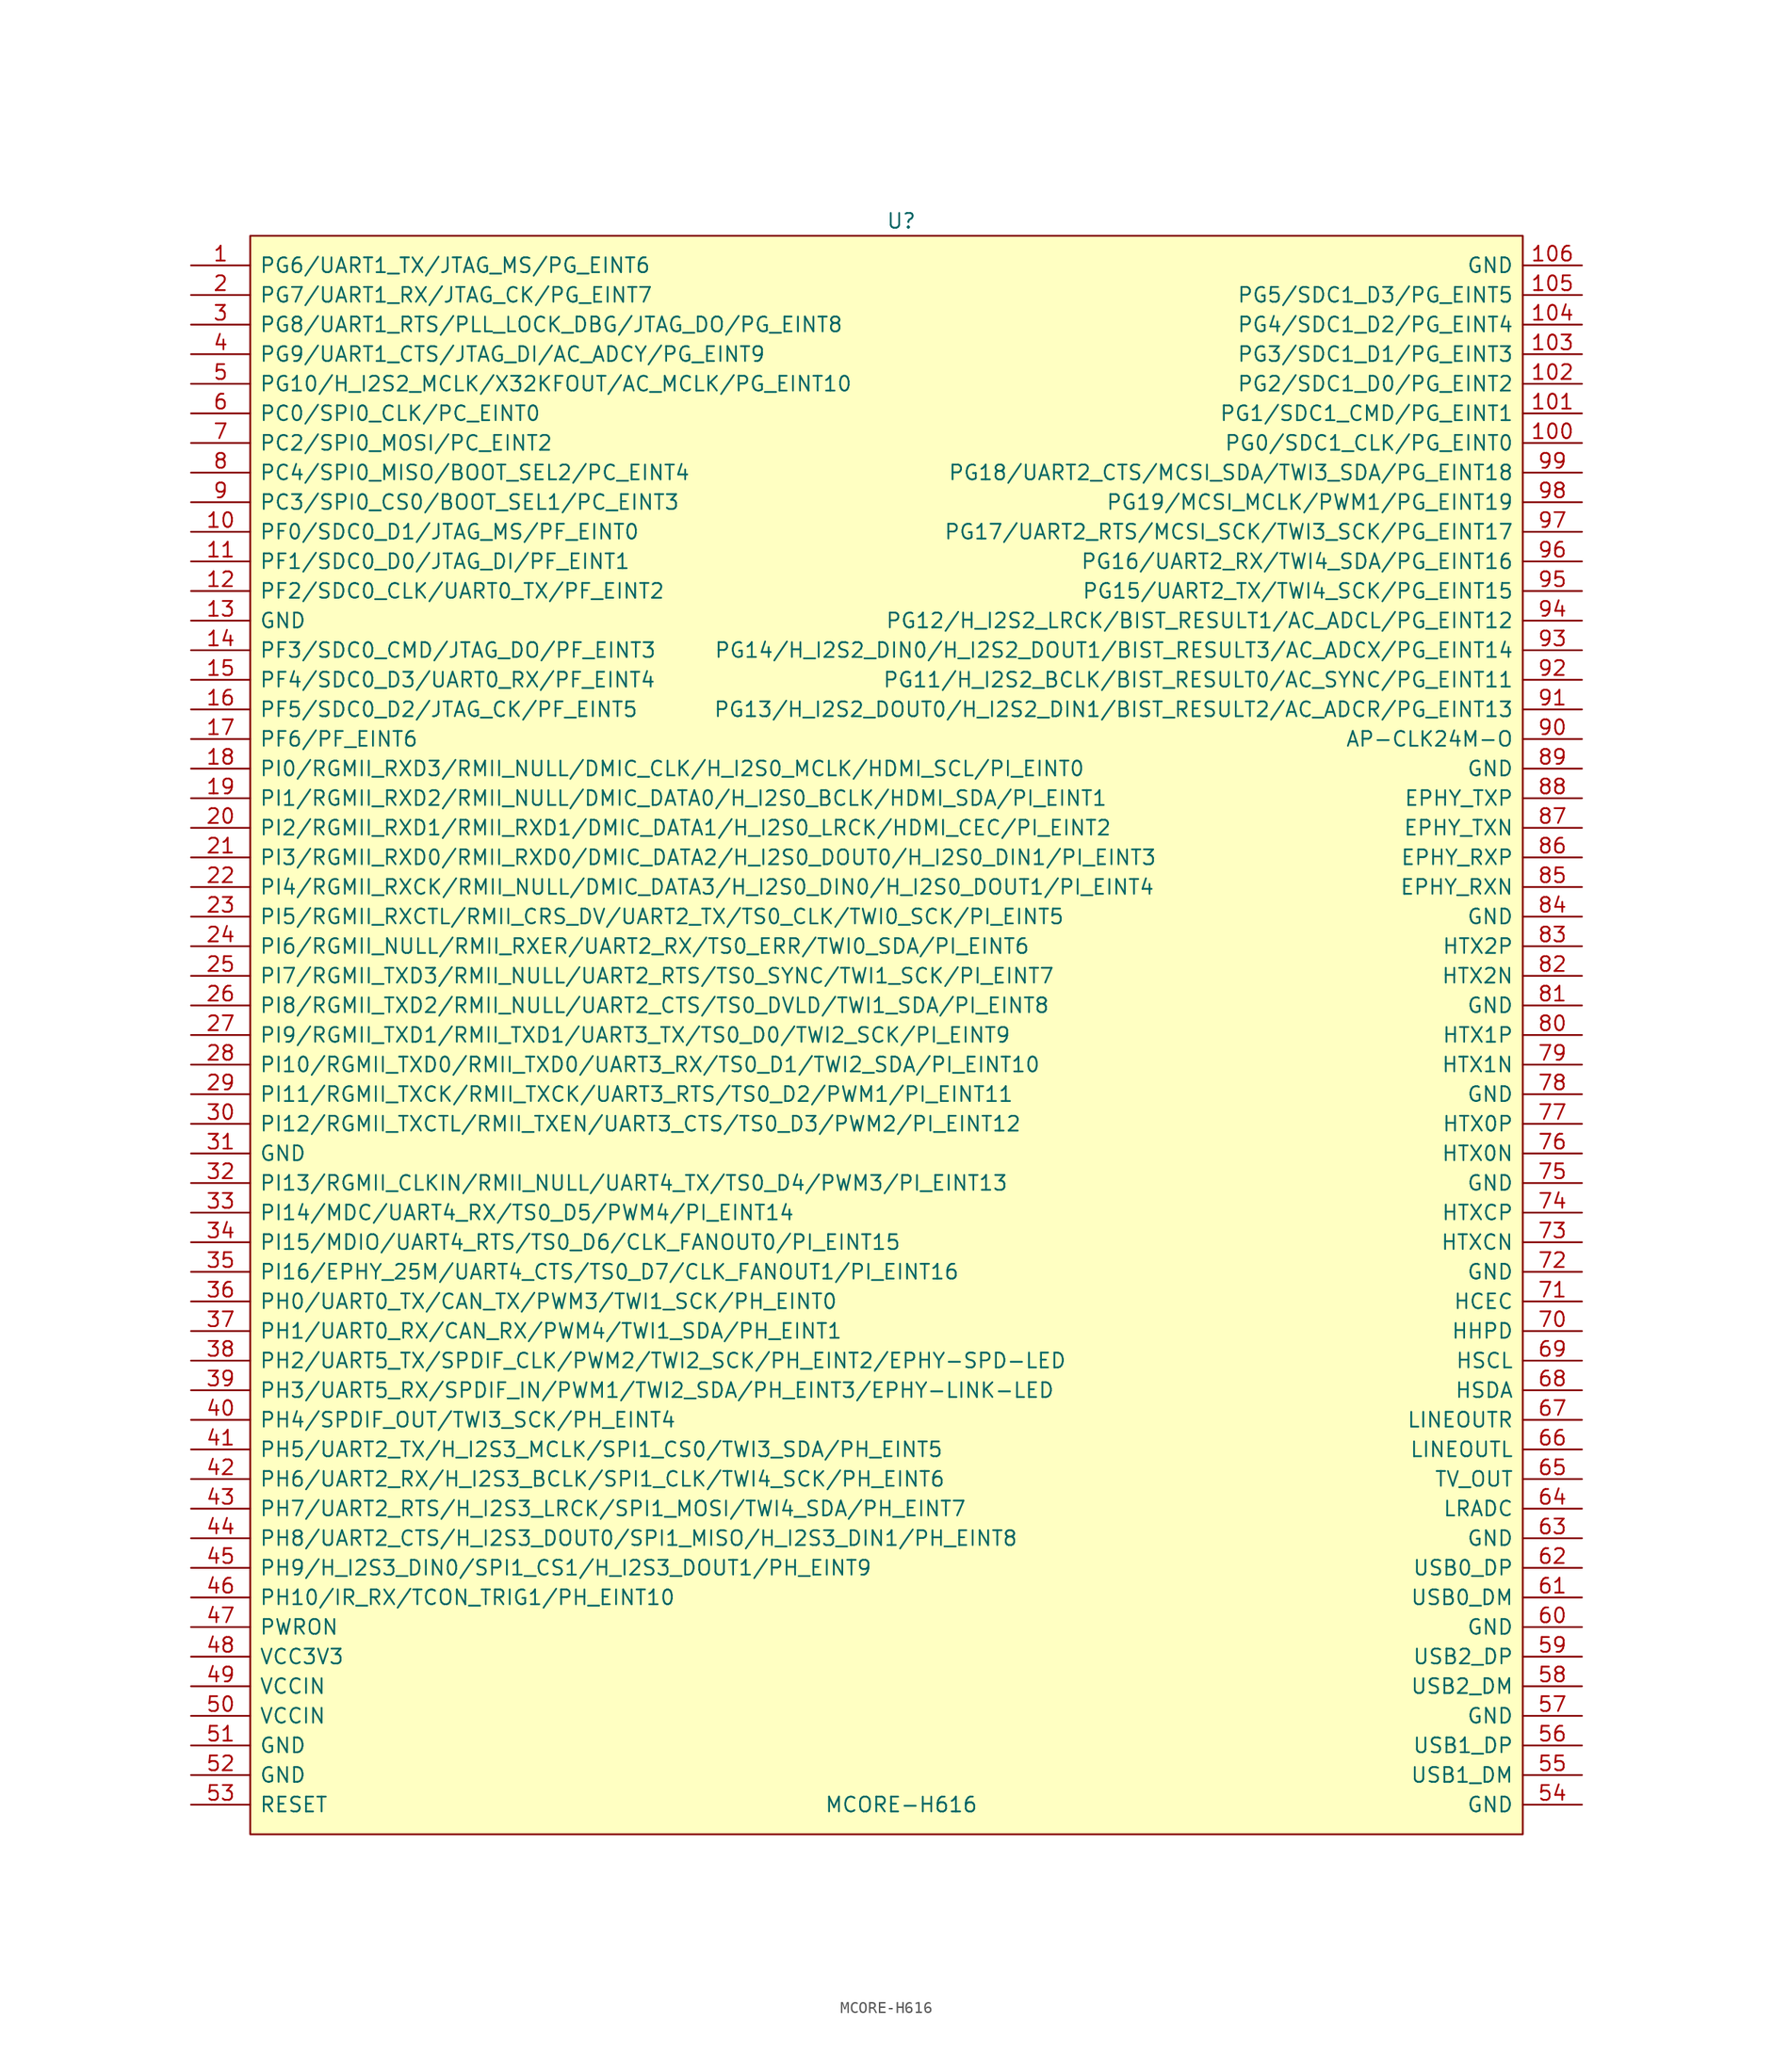
<source format=kicad_sym>
(kicad_symbol_lib
  (version 20220914)
  (generator kicad_symbol_editor)
  (symbol "MCORE-H616"
    (pin_names
      (offset 0.762))
    (property "Reference" "U"
      (at 0 69.85 0)
      (effects (font (size 1.27 1.27))))
    (property "Value" "MCORE-H616"
      (at 0 -66.04 0)
      (effects (font (size 1.27 1.27))))
    (symbol "MCORE-H616_0_0"
      (pin unspecified line (at -60.96 66.04 0) (length 5.08) (name "PG6/UART1_TX/JTAG_MS/PG_EINT6" (effects (font (size 1.27 1.27)))) (number "1" (effects (font (size 1.27 1.27)))))
      (pin unspecified line (at -60.96 43.18 0) (length 5.08) (name "PF0/SDC0_D1/JTAG_MS/PF_EINT0" (effects (font (size 1.27 1.27)))) (number "10" (effects (font (size 1.27 1.27)))))
      (pin unspecified line (at 58.42 50.8 180) (length 5.08) (name "PG0/SDC1_CLK/PG_EINT0" (effects (font (size 1.27 1.27)))) (number "100" (effects (font (size 1.27 1.27)))))
      (pin unspecified line (at 58.42 53.34 180) (length 5.08) (name "PG1/SDC1_CMD/PG_EINT1" (effects (font (size 1.27 1.27)))) (number "101" (effects (font (size 1.27 1.27)))))
      (pin unspecified line (at 58.42 55.88 180) (length 5.08) (name "PG2/SDC1_D0/PG_EINT2" (effects (font (size 1.27 1.27)))) (number "102" (effects (font (size 1.27 1.27)))))
      (pin unspecified line (at 58.42 58.42 180) (length 5.08) (name "PG3/SDC1_D1/PG_EINT3" (effects (font (size 1.27 1.27)))) (number "103" (effects (font (size 1.27 1.27)))))
      (pin unspecified line (at 58.42 60.96 180) (length 5.08) (name "PG4/SDC1_D2/PG_EINT4" (effects (font (size 1.27 1.27)))) (number "104" (effects (font (size 1.27 1.27)))))
      (pin unspecified line (at 58.42 63.5 180) (length 5.08) (name "PG5/SDC1_D3/PG_EINT5" (effects (font (size 1.27 1.27)))) (number "105" (effects (font (size 1.27 1.27)))))
      (pin power_in line (at 58.42 66.04 180) (length 5.08) (name "GND" (effects (font (size 1.27 1.27)))) (number "106" (effects (font (size 1.27 1.27)))))
      (pin unspecified line (at -60.96 40.64 0) (length 5.08) (name "PF1/SDC0_D0/JTAG_DI/PF_EINT1" (effects (font (size 1.27 1.27)))) (number "11" (effects (font (size 1.27 1.27)))))
      (pin unspecified line (at -60.96 38.1 0) (length 5.08) (name "PF2/SDC0_CLK/UART0_TX/PF_EINT2" (effects (font (size 1.27 1.27)))) (number "12" (effects (font (size 1.27 1.27)))))
      (pin power_in line (at -60.96 35.56 0) (length 5.08) (name "GND" (effects (font (size 1.27 1.27)))) (number "13" (effects (font (size 1.27 1.27)))))
      (pin unspecified line (at -60.96 33.02 0) (length 5.08) (name "PF3/SDC0_CMD/JTAG_DO/PF_EINT3" (effects (font (size 1.27 1.27)))) (number "14" (effects (font (size 1.27 1.27)))))
      (pin unspecified line (at -60.96 30.48 0) (length 5.08) (name "PF4/SDC0_D3/UART0_RX/PF_EINT4" (effects (font (size 1.27 1.27)))) (number "15" (effects (font (size 1.27 1.27)))))
      (pin unspecified line (at -60.96 27.94 0) (length 5.08) (name "PF5/SDC0_D2/JTAG_CK/PF_EINT5" (effects (font (size 1.27 1.27)))) (number "16" (effects (font (size 1.27 1.27)))))
      (pin unspecified line (at -60.96 25.4 0) (length 5.08) (name "PF6/PF_EINT6" (effects (font (size 1.27 1.27)))) (number "17" (effects (font (size 1.27 1.27)))))
      (pin unspecified line (at -60.96 22.86 0) (length 5.08) (name "PI0/RGMII_RXD3/RMII_NULL/DMIC_CLK/H_I2S0_MCLK/HDMI_SCL/PI_EINT0" (effects (font (size 1.27 1.27)))) (number "18" (effects (font (size 1.27 1.27)))))
      (pin unspecified line (at -60.96 20.32 0) (length 5.08) (name "PI1/RGMII_RXD2/RMII_NULL/DMIC_DATA0/H_I2S0_BCLK/HDMI_SDA/PI_EINT1" (effects (font (size 1.27 1.27)))) (number "19" (effects (font (size 1.27 1.27)))))
      (pin unspecified line (at -60.96 63.5 0) (length 5.08) (name "PG7/UART1_RX/JTAG_CK/PG_EINT7" (effects (font (size 1.27 1.27)))) (number "2" (effects (font (size 1.27 1.27)))))
      (pin unspecified line (at -60.96 17.78 0) (length 5.08) (name "PI2/RGMII_RXD1/RMII_RXD1/DMIC_DATA1/H_I2S0_LRCK/HDMI_CEC/PI_EINT2" (effects (font (size 1.27 1.27)))) (number "20" (effects (font (size 1.27 1.27)))))
      (pin unspecified line (at -60.96 15.24 0) (length 5.08) (name "PI3/RGMII_RXD0/RMII_RXD0/DMIC_DATA2/H_I2S0_DOUT0/H_I2S0_DIN1/PI_EINT3" (effects (font (size 1.27 1.27)))) (number "21" (effects (font (size 1.27 1.27)))))
      (pin unspecified line (at -60.96 12.7 0) (length 5.08) (name "PI4/RGMII_RXCK/RMII_NULL/DMIC_DATA3/H_I2S0_DIN0/H_I2S0_DOUT1/PI_EINT4" (effects (font (size 1.27 1.27)))) (number "22" (effects (font (size 1.27 1.27)))))
      (pin unspecified line (at -60.96 10.16 0) (length 5.08) (name "PI5/RGMII_RXCTL/RMII_CRS_DV/UART2_TX/TS0_CLK/TWI0_SCK/PI_EINT5" (effects (font (size 1.27 1.27)))) (number "23" (effects (font (size 1.27 1.27)))))
      (pin unspecified line (at -60.96 7.62 0) (length 5.08) (name "PI6/RGMII_NULL/RMII_RXER/UART2_RX/TS0_ERR/TWI0_SDA/PI_EINT6" (effects (font (size 1.27 1.27)))) (number "24" (effects (font (size 1.27 1.27)))))
      (pin unspecified line (at -60.96 5.08 0) (length 5.08) (name "PI7/RGMII_TXD3/RMII_NULL/UART2_RTS/TS0_SYNC/TWI1_SCK/PI_EINT7" (effects (font (size 1.27 1.27)))) (number "25" (effects (font (size 1.27 1.27)))))
      (pin unspecified line (at -60.96 2.54 0) (length 5.08) (name "PI8/RGMII_TXD2/RMII_NULL/UART2_CTS/TS0_DVLD/TWI1_SDA/PI_EINT8" (effects (font (size 1.27 1.27)))) (number "26" (effects (font (size 1.27 1.27)))))
      (pin unspecified line (at -60.96 0 0) (length 5.08) (name "PI9/RGMII_TXD1/RMII_TXD1/UART3_TX/TS0_D0/TWI2_SCK/PI_EINT9" (effects (font (size 1.27 1.27)))) (number "27" (effects (font (size 1.27 1.27)))))
      (pin unspecified line (at -60.96 -2.54 0) (length 5.08) (name "PI10/RGMII_TXD0/RMII_TXD0/UART3_RX/TS0_D1/TWI2_SDA/PI_EINT10" (effects (font (size 1.27 1.27)))) (number "28" (effects (font (size 1.27 1.27)))))
      (pin unspecified line (at -60.96 -5.08 0) (length 5.08) (name "PI11/RGMII_TXCK/RMII_TXCK/UART3_RTS/TS0_D2/PWM1/PI_EINT11" (effects (font (size 1.27 1.27)))) (number "29" (effects (font (size 1.27 1.27)))))
      (pin unspecified line (at -60.96 60.96 0) (length 5.08) (name "PG8/UART1_RTS/PLL_LOCK_DBG/JTAG_DO/PG_EINT8" (effects (font (size 1.27 1.27)))) (number "3" (effects (font (size 1.27 1.27)))))
      (pin unspecified line (at -60.96 -7.62 0) (length 5.08) (name "PI12/RGMII_TXCTL/RMII_TXEN/UART3_CTS/TS0_D3/PWM2/PI_EINT12" (effects (font (size 1.27 1.27)))) (number "30" (effects (font (size 1.27 1.27)))))
      (pin power_in line (at -60.96 -10.16 0) (length 5.08) (name "GND" (effects (font (size 1.27 1.27)))) (number "31" (effects (font (size 1.27 1.27)))))
      (pin unspecified line (at -60.96 -12.7 0) (length 5.08) (name "PI13/RGMII_CLKIN/RMII_NULL/UART4_TX/TS0_D4/PWM3/PI_EINT13" (effects (font (size 1.27 1.27)))) (number "32" (effects (font (size 1.27 1.27)))))
      (pin unspecified line (at -60.96 -15.24 0) (length 5.08) (name "PI14/MDC/UART4_RX/TS0_D5/PWM4/PI_EINT14" (effects (font (size 1.27 1.27)))) (number "33" (effects (font (size 1.27 1.27)))))
      (pin unspecified line (at -60.96 -17.78 0) (length 5.08) (name "PI15/MDIO/UART4_RTS/TS0_D6/CLK_FANOUT0/PI_EINT15" (effects (font (size 1.27 1.27)))) (number "34" (effects (font (size 1.27 1.27)))))
      (pin unspecified line (at -60.96 -20.32 0) (length 5.08) (name "PI16/EPHY_25M/UART4_CTS/TS0_D7/CLK_FANOUT1/PI_EINT16" (effects (font (size 1.27 1.27)))) (number "35" (effects (font (size 1.27 1.27)))))
      (pin unspecified line (at -60.96 -22.86 0) (length 5.08) (name "PH0/UART0_TX/CAN_TX/PWM3/TWI1_SCK/PH_EINT0" (effects (font (size 1.27 1.27)))) (number "36" (effects (font (size 1.27 1.27)))))
      (pin unspecified line (at -60.96 -25.4 0) (length 5.08) (name "PH1/UART0_RX/CAN_RX/PWM4/TWI1_SDA/PH_EINT1" (effects (font (size 1.27 1.27)))) (number "37" (effects (font (size 1.27 1.27)))))
      (pin unspecified line (at -60.96 -27.94 0) (length 5.08) (name "PH2/UART5_TX/SPDIF_CLK/PWM2/TWI2_SCK/PH_EINT2/EPHY-SPD-LED" (effects (font (size 1.27 1.27)))) (number "38" (effects (font (size 1.27 1.27)))))
      (pin unspecified line (at -60.96 -30.48 0) (length 5.08) (name "PH3/UART5_RX/SPDIF_IN/PWM1/TWI2_SDA/PH_EINT3/EPHY-LINK-LED" (effects (font (size 1.27 1.27)))) (number "39" (effects (font (size 1.27 1.27)))))
      (pin unspecified line (at -60.96 58.42 0) (length 5.08) (name "PG9/UART1_CTS/JTAG_DI/AC_ADCY/PG_EINT9" (effects (font (size 1.27 1.27)))) (number "4" (effects (font (size 1.27 1.27)))))
      (pin unspecified line (at -60.96 -33.02 0) (length 5.08) (name "PH4/SPDIF_OUT/TWI3_SCK/PH_EINT4" (effects (font (size 1.27 1.27)))) (number "40" (effects (font (size 1.27 1.27)))))
      (pin unspecified line (at -60.96 -35.56 0) (length 5.08) (name "PH5/UART2_TX/H_I2S3_MCLK/SPI1_CS0/TWI3_SDA/PH_EINT5" (effects (font (size 1.27 1.27)))) (number "41" (effects (font (size 1.27 1.27)))))
      (pin unspecified line (at -60.96 -38.1 0) (length 5.08) (name "PH6/UART2_RX/H_I2S3_BCLK/SPI1_CLK/TWI4_SCK/PH_EINT6" (effects (font (size 1.27 1.27)))) (number "42" (effects (font (size 1.27 1.27)))))
      (pin unspecified line (at -60.96 -40.64 0) (length 5.08) (name "PH7/UART2_RTS/H_I2S3_LRCK/SPI1_MOSI/TWI4_SDA/PH_EINT7" (effects (font (size 1.27 1.27)))) (number "43" (effects (font (size 1.27 1.27)))))
      (pin unspecified line (at -60.96 -43.18 0) (length 5.08) (name "PH8/UART2_CTS/H_I2S3_DOUT0/SPI1_MISO/H_I2S3_DIN1/PH_EINT8" (effects (font (size 1.27 1.27)))) (number "44" (effects (font (size 1.27 1.27)))))
      (pin unspecified line (at -60.96 -45.72 0) (length 5.08) (name "PH9/H_I2S3_DIN0/SPI1_CS1/H_I2S3_DOUT1/PH_EINT9" (effects (font (size 1.27 1.27)))) (number "45" (effects (font (size 1.27 1.27)))))
      (pin unspecified line (at -60.96 -48.26 0) (length 5.08) (name "PH10/IR_RX/TCON_TRIG1/PH_EINT10" (effects (font (size 1.27 1.27)))) (number "46" (effects (font (size 1.27 1.27)))))
      (pin unspecified line (at -60.96 -50.8 0) (length 5.08) (name "PWRON" (effects (font (size 1.27 1.27)))) (number "47" (effects (font (size 1.27 1.27)))))
      (pin power_in line (at -60.96 -55.88 0) (length 5.08) (name "VCCIN" (effects (font (size 1.27 1.27)))) (number "49" (effects (font (size 1.27 1.27)))))
      (pin unspecified line (at -60.96 55.88 0) (length 5.08) (name "PG10/H_I2S2_MCLK/X32KFOUT/AC_MCLK/PG_EINT10" (effects (font (size 1.27 1.27)))) (number "5" (effects (font (size 1.27 1.27)))))
      (pin power_in line (at -60.96 -58.42 0) (length 5.08) (name "VCCIN" (effects (font (size 1.27 1.27)))) (number "50" (effects (font (size 1.27 1.27)))))
      (pin power_in line (at -60.96 -60.96 0) (length 5.08) (name "GND" (effects (font (size 1.27 1.27)))) (number "51" (effects (font (size 1.27 1.27)))))
      (pin power_in line (at -60.96 -63.5 0) (length 5.08) (name "GND" (effects (font (size 1.27 1.27)))) (number "52" (effects (font (size 1.27 1.27)))))
      (pin unspecified line (at -60.96 -66.04 0) (length 5.08) (name "RESET" (effects (font (size 1.27 1.27)))) (number "53" (effects (font (size 1.27 1.27)))))
      (pin power_in line (at 58.42 -66.04 180) (length 5.08) (name "GND" (effects (font (size 1.27 1.27)))) (number "54" (effects (font (size 1.27 1.27)))))
      (pin unspecified line (at 58.42 -63.5 180) (length 5.08) (name "USB1_DM" (effects (font (size 1.27 1.27)))) (number "55" (effects (font (size 1.27 1.27)))))
      (pin unspecified line (at 58.42 -60.96 180) (length 5.08) (name "USB1_DP" (effects (font (size 1.27 1.27)))) (number "56" (effects (font (size 1.27 1.27)))))
      (pin power_in line (at 58.42 -58.42 180) (length 5.08) (name "GND" (effects (font (size 1.27 1.27)))) (number "57" (effects (font (size 1.27 1.27)))))
      (pin unspecified line (at 58.42 -55.88 180) (length 5.08) (name "USB2_DM" (effects (font (size 1.27 1.27)))) (number "58" (effects (font (size 1.27 1.27)))))
      (pin unspecified line (at 58.42 -53.34 180) (length 5.08) (name "USB2_DP" (effects (font (size 1.27 1.27)))) (number "59" (effects (font (size 1.27 1.27)))))
      (pin unspecified line (at -60.96 53.34 0) (length 5.08) (name "PC0/SPI0_CLK/PC_EINT0" (effects (font (size 1.27 1.27)))) (number "6" (effects (font (size 1.27 1.27)))))
      (pin power_in line (at 58.42 -50.8 180) (length 5.08) (name "GND" (effects (font (size 1.27 1.27)))) (number "60" (effects (font (size 1.27 1.27)))))
      (pin unspecified line (at 58.42 -48.26 180) (length 5.08) (name "USB0_DM" (effects (font (size 1.27 1.27)))) (number "61" (effects (font (size 1.27 1.27)))))
      (pin unspecified line (at 58.42 -45.72 180) (length 5.08) (name "USB0_DP" (effects (font (size 1.27 1.27)))) (number "62" (effects (font (size 1.27 1.27)))))
      (pin power_in line (at 58.42 -43.18 180) (length 5.08) (name "GND" (effects (font (size 1.27 1.27)))) (number "63" (effects (font (size 1.27 1.27)))))
      (pin unspecified line (at 58.42 -40.64 180) (length 5.08) (name "LRADC" (effects (font (size 1.27 1.27)))) (number "64" (effects (font (size 1.27 1.27)))))
      (pin unspecified line (at 58.42 -38.1 180) (length 5.08) (name "TV_OUT" (effects (font (size 1.27 1.27)))) (number "65" (effects (font (size 1.27 1.27)))))
      (pin unspecified line (at 58.42 -35.56 180) (length 5.08) (name "LINEOUTL" (effects (font (size 1.27 1.27)))) (number "66" (effects (font (size 1.27 1.27)))))
      (pin unspecified line (at 58.42 -33.02 180) (length 5.08) (name "LINEOUTR" (effects (font (size 1.27 1.27)))) (number "67" (effects (font (size 1.27 1.27)))))
      (pin unspecified line (at 58.42 -30.48 180) (length 5.08) (name "HSDA" (effects (font (size 1.27 1.27)))) (number "68" (effects (font (size 1.27 1.27)))))
      (pin unspecified line (at 58.42 -27.94 180) (length 5.08) (name "HSCL" (effects (font (size 1.27 1.27)))) (number "69" (effects (font (size 1.27 1.27)))))
      (pin unspecified line (at -60.96 50.8 0) (length 5.08) (name "PC2/SPI0_MOSI/PC_EINT2" (effects (font (size 1.27 1.27)))) (number "7" (effects (font (size 1.27 1.27)))))
      (pin unspecified line (at 58.42 -25.4 180) (length 5.08) (name "HHPD" (effects (font (size 1.27 1.27)))) (number "70" (effects (font (size 1.27 1.27)))))
      (pin unspecified line (at 58.42 -22.86 180) (length 5.08) (name "HCEC" (effects (font (size 1.27 1.27)))) (number "71" (effects (font (size 1.27 1.27)))))
      (pin power_in line (at 58.42 -20.32 180) (length 5.08) (name "GND" (effects (font (size 1.27 1.27)))) (number "72" (effects (font (size 1.27 1.27)))))
      (pin unspecified line (at 58.42 -17.78 180) (length 5.08) (name "HTXCN" (effects (font (size 1.27 1.27)))) (number "73" (effects (font (size 1.27 1.27)))))
      (pin unspecified line (at 58.42 -15.24 180) (length 5.08) (name "HTXCP" (effects (font (size 1.27 1.27)))) (number "74" (effects (font (size 1.27 1.27)))))
      (pin power_in line (at 58.42 -12.7 180) (length 5.08) (name "GND" (effects (font (size 1.27 1.27)))) (number "75" (effects (font (size 1.27 1.27)))))
      (pin unspecified line (at 58.42 -10.16 180) (length 5.08) (name "HTX0N" (effects (font (size 1.27 1.27)))) (number "76" (effects (font (size 1.27 1.27)))))
      (pin unspecified line (at 58.42 -7.62 180) (length 5.08) (name "HTX0P" (effects (font (size 1.27 1.27)))) (number "77" (effects (font (size 1.27 1.27)))))
      (pin power_in line (at 58.42 -5.08 180) (length 5.08) (name "GND" (effects (font (size 1.27 1.27)))) (number "78" (effects (font (size 1.27 1.27)))))
      (pin unspecified line (at 58.42 -2.54 180) (length 5.08) (name "HTX1N" (effects (font (size 1.27 1.27)))) (number "79" (effects (font (size 1.27 1.27)))))
      (pin unspecified line (at -60.96 48.26 0) (length 5.08) (name "PC4/SPI0_MISO/BOOT_SEL2/PC_EINT4" (effects (font (size 1.27 1.27)))) (number "8" (effects (font (size 1.27 1.27)))))
      (pin unspecified line (at 58.42 0 180) (length 5.08) (name "HTX1P" (effects (font (size 1.27 1.27)))) (number "80" (effects (font (size 1.27 1.27)))))
      (pin power_in line (at 58.42 2.54 180) (length 5.08) (name "GND" (effects (font (size 1.27 1.27)))) (number "81" (effects (font (size 1.27 1.27)))))
      (pin unspecified line (at 58.42 5.08 180) (length 5.08) (name "HTX2N" (effects (font (size 1.27 1.27)))) (number "82" (effects (font (size 1.27 1.27)))))
      (pin unspecified line (at 58.42 7.62 180) (length 5.08) (name "HTX2P" (effects (font (size 1.27 1.27)))) (number "83" (effects (font (size 1.27 1.27)))))
      (pin power_in line (at 58.42 10.16 180) (length 5.08) (name "GND" (effects (font (size 1.27 1.27)))) (number "84" (effects (font (size 1.27 1.27)))))
      (pin unspecified line (at 58.42 12.7 180) (length 5.08) (name "EPHY_RXN" (effects (font (size 1.27 1.27)))) (number "85" (effects (font (size 1.27 1.27)))))
      (pin unspecified line (at 58.42 15.24 180) (length 5.08) (name "EPHY_RXP" (effects (font (size 1.27 1.27)))) (number "86" (effects (font (size 1.27 1.27)))))
      (pin unspecified line (at 58.42 17.78 180) (length 5.08) (name "EPHY_TXN" (effects (font (size 1.27 1.27)))) (number "87" (effects (font (size 1.27 1.27)))))
      (pin unspecified line (at 58.42 20.32 180) (length 5.08) (name "EPHY_TXP" (effects (font (size 1.27 1.27)))) (number "88" (effects (font (size 1.27 1.27)))))
      (pin power_in line (at 58.42 22.86 180) (length 5.08) (name "GND" (effects (font (size 1.27 1.27)))) (number "89" (effects (font (size 1.27 1.27)))))
      (pin unspecified line (at -60.96 45.72 0) (length 5.08) (name "PC3/SPI0_CS0/BOOT_SEL1/PC_EINT3" (effects (font (size 1.27 1.27)))) (number "9" (effects (font (size 1.27 1.27)))))
      (pin unspecified line (at 58.42 25.4 180) (length 5.08) (name "AP-CLK24M-O" (effects (font (size 1.27 1.27)))) (number "90" (effects (font (size 1.27 1.27)))))
      (pin unspecified line (at 58.42 27.94 180) (length 5.08) (name "PG13/H_I2S2_DOUT0/H_I2S2_DIN1/BIST_RESULT2/AC_ADCR/PG_EINT13" (effects (font (size 1.27 1.27)))) (number "91" (effects (font (size 1.27 1.27)))))
      (pin unspecified line (at 58.42 30.48 180) (length 5.08) (name "PG11/H_I2S2_BCLK/BIST_RESULT0/AC_SYNC/PG_EINT11" (effects (font (size 1.27 1.27)))) (number "92" (effects (font (size 1.27 1.27)))))
      (pin unspecified line (at 58.42 33.02 180) (length 5.08) (name "PG14/H_I2S2_DIN0/H_I2S2_DOUT1/BIST_RESULT3/AC_ADCX/PG_EINT14" (effects (font (size 1.27 1.27)))) (number "93" (effects (font (size 1.27 1.27)))))
      (pin unspecified line (at 58.42 35.56 180) (length 5.08) (name "PG12/H_I2S2_LRCK/BIST_RESULT1/AC_ADCL/PG_EINT12" (effects (font (size 1.27 1.27)))) (number "94" (effects (font (size 1.27 1.27)))))
      (pin unspecified line (at 58.42 38.1 180) (length 5.08) (name "PG15/UART2_TX/TWI4_SCK/PG_EINT15" (effects (font (size 1.27 1.27)))) (number "95" (effects (font (size 1.27 1.27)))))
      (pin unspecified line (at 58.42 40.64 180) (length 5.08) (name "PG16/UART2_RX/TWI4_SDA/PG_EINT16" (effects (font (size 1.27 1.27)))) (number "96" (effects (font (size 1.27 1.27)))))
      (pin unspecified line (at 58.42 43.18 180) (length 5.08) (name "PG17/UART2_RTS/MCSI_SCK/TWI3_SCK/PG_EINT17" (effects (font (size 1.27 1.27)))) (number "97" (effects (font (size 1.27 1.27)))))
      (pin unspecified line (at 58.42 45.72 180) (length 5.08) (name "PG19/MCSI_MCLK/PWM1/PG_EINT19" (effects (font (size 1.27 1.27)))) (number "98" (effects (font (size 1.27 1.27)))))
      (pin unspecified line (at 58.42 48.26 180) (length 5.08) (name "PG18/UART2_CTS/MCSI_SDA/TWI3_SDA/PG_EINT18" (effects (font (size 1.27 1.27)))) (number "99" (effects (font (size 1.27 1.27))))))
    (symbol "MCORE-H616_1_0"
      (pin power_out line (at -60.96 -53.34 0) (length 5.08) (name "VCC3V3" (effects (font (size 1.27 1.27)))) (number "48" (effects (font (size 1.27 1.27))))))
    (symbol "MCORE-H616_1_1"
      (rectangle (start -55.88 68.58) (end 53.34 -68.58) (stroke (width 0) (type default)) (fill (type background))))))
</source>
